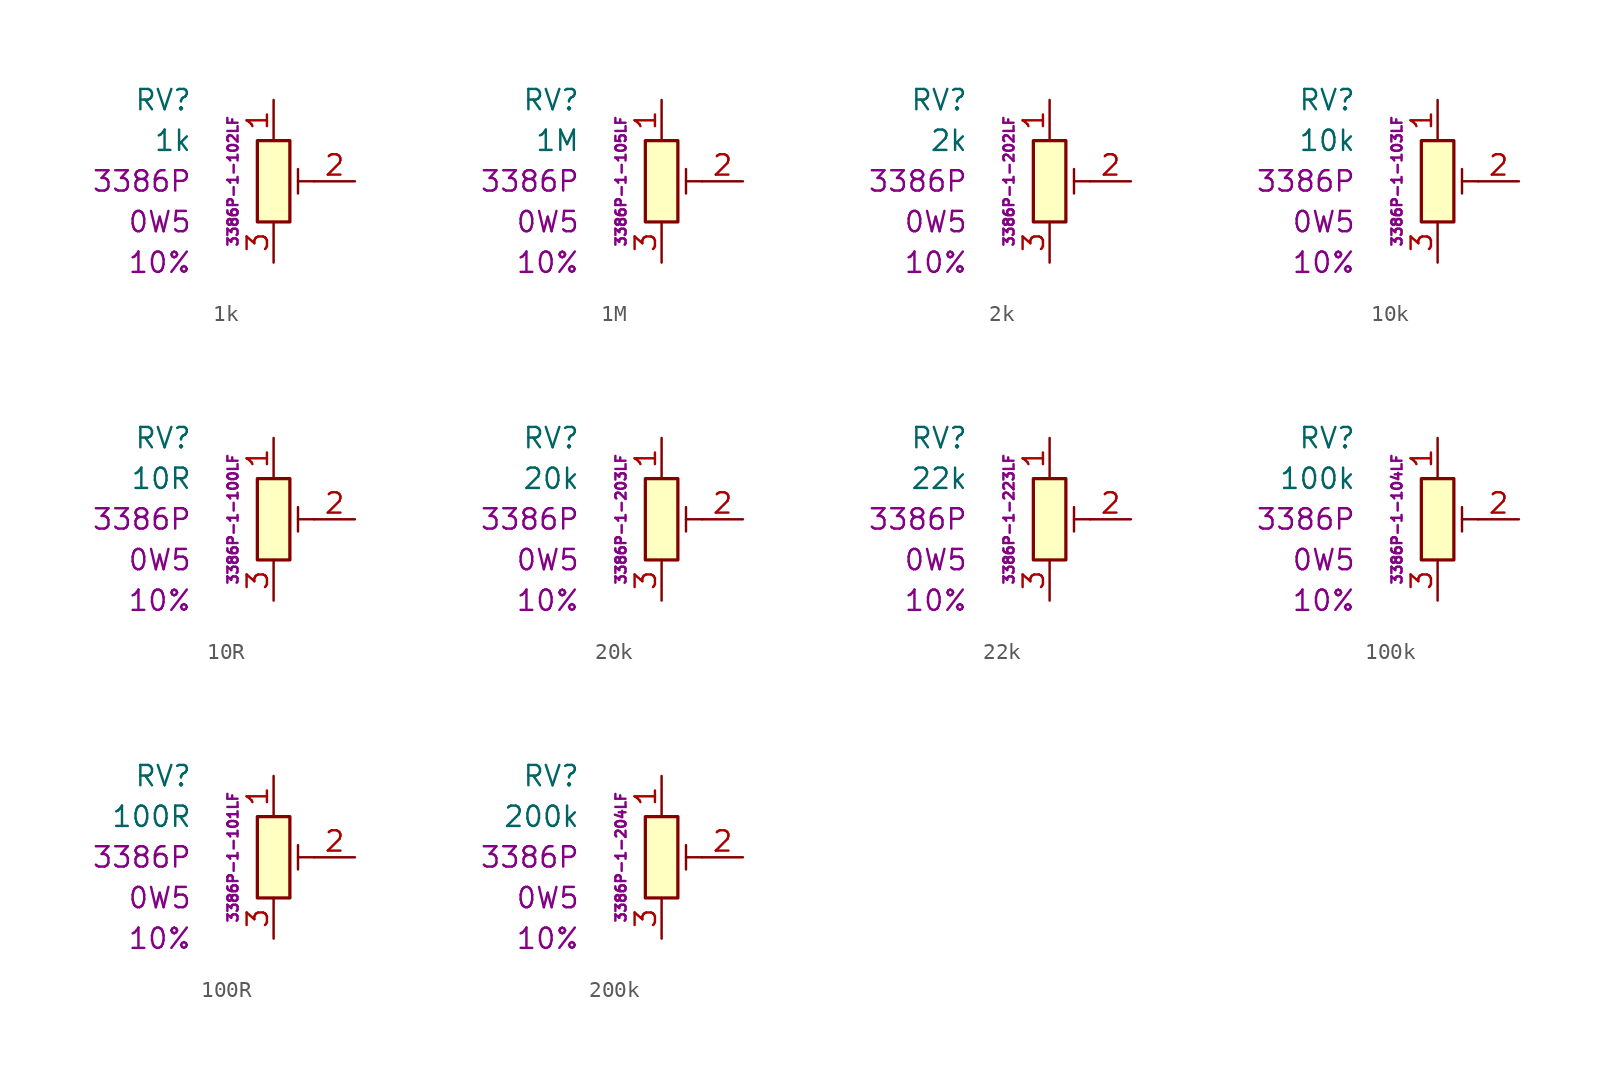
<source format=kicad_sym>
(kicad_symbol_lib
  (version 20201005)
  (generator kicad_symbol_editor)
  (symbol "1k"
    (pin_names
      (offset 1.016) hide)
    (property "Reference" "RV"
      (at -5.08 5.08 0)
      (effects (font (size 1.27 1.27)) (justify right)))
    (property "Value" "1k"
      (at -5.08 2.54 0)
      (effects (font (size 1.27 1.27)) (justify right)))
    (property "Package" "3386P"
      (at -5.08 0 0)
      (effects (font (size 1.27 1.27)) (justify right)))
    (property "Power" "0W5"
      (at -5.08 -2.54 0)
      (effects (font (size 1.27 1.27)) (justify right)))
    (property "Tolerance" "10%"
      (at -5.08 -5.08 0)
      (effects (font (size 1.27 1.27)) (justify right)))
    (property "MPN" "3386P-1-102LF"
      (at -2.54 0 90)
      (effects (font (size 0.635 0.635))))
    (symbol "1k_0_1"
      (rectangle (start 1.016 2.54) (end -1.016 -2.54) (stroke (width 0.203)) (fill (type background)))
      (polyline (pts (xy 1.524 0.762) (xy 1.524 -0.762)) (stroke (width 0.152)) (fill (type none)))
      (polyline (pts (xy 2.54 0) (xy 1.524 0)) (stroke (width 0.152)) (fill (type none))))
    (symbol "1k_1_1"
      (pin passive line (at 0 5.08 270) (length 2.54) (name "1" (effects (font (size 1.27 1.27)))) (number "1" (effects (font (size 1.27 1.27)))))
      (pin passive line (at 5.08 0 180) (length 2.54) (name "2" (effects (font (size 1.27 1.27)))) (number "2" (effects (font (size 1.27 1.27)))))
      (pin passive line (at 0 -5.08 90) (length 2.54) (name "3" (effects (font (size 1.27 1.27)))) (number "3" (effects (font (size 1.27 1.27)))))))
  (symbol "1M"
    (pin_names
      (offset 1.016) hide)
    (property "Reference" "RV"
      (at -5.08 5.08 0)
      (effects (font (size 1.27 1.27)) (justify right)))
    (property "Value" "1M"
      (at -5.08 2.54 0)
      (effects (font (size 1.27 1.27)) (justify right)))
    (property "Package" "3386P"
      (at -5.08 0 0)
      (effects (font (size 1.27 1.27)) (justify right)))
    (property "Power" "0W5"
      (at -5.08 -2.54 0)
      (effects (font (size 1.27 1.27)) (justify right)))
    (property "Tolerance" "10%"
      (at -5.08 -5.08 0)
      (effects (font (size 1.27 1.27)) (justify right)))
    (property "MPN" "3386P-1-105LF"
      (at -2.54 0 90)
      (effects (font (size 0.635 0.635))))
    (symbol "1M_0_1"
      (rectangle (start 1.016 2.54) (end -1.016 -2.54) (stroke (width 0.203)) (fill (type background)))
      (polyline (pts (xy 1.524 0.762) (xy 1.524 -0.762)) (stroke (width 0.152)) (fill (type none)))
      (polyline (pts (xy 2.54 0) (xy 1.524 0)) (stroke (width 0.152)) (fill (type none))))
    (symbol "1M_1_1"
      (pin passive line (at 0 5.08 270) (length 2.54) (name "1" (effects (font (size 1.27 1.27)))) (number "1" (effects (font (size 1.27 1.27)))))
      (pin passive line (at 5.08 0 180) (length 2.54) (name "2" (effects (font (size 1.27 1.27)))) (number "2" (effects (font (size 1.27 1.27)))))
      (pin passive line (at 0 -5.08 90) (length 2.54) (name "3" (effects (font (size 1.27 1.27)))) (number "3" (effects (font (size 1.27 1.27)))))))
  (symbol "2k"
    (pin_names
      (offset 1.016) hide)
    (property "Reference" "RV"
      (at -5.08 5.08 0)
      (effects (font (size 1.27 1.27)) (justify right)))
    (property "Value" "2k"
      (at -5.08 2.54 0)
      (effects (font (size 1.27 1.27)) (justify right)))
    (property "Package" "3386P"
      (at -5.08 0 0)
      (effects (font (size 1.27 1.27)) (justify right)))
    (property "Power" "0W5"
      (at -5.08 -2.54 0)
      (effects (font (size 1.27 1.27)) (justify right)))
    (property "Tolerance" "10%"
      (at -5.08 -5.08 0)
      (effects (font (size 1.27 1.27)) (justify right)))
    (property "MPN" "3386P-1-202LF"
      (at -2.54 0 90)
      (effects (font (size 0.635 0.635))))
    (symbol "2k_0_1"
      (rectangle (start 1.016 2.54) (end -1.016 -2.54) (stroke (width 0.203)) (fill (type background)))
      (polyline (pts (xy 1.524 0.762) (xy 1.524 -0.762)) (stroke (width 0.152)) (fill (type none)))
      (polyline (pts (xy 2.54 0) (xy 1.524 0)) (stroke (width 0.152)) (fill (type none))))
    (symbol "2k_1_1"
      (pin passive line (at 0 5.08 270) (length 2.54) (name "1" (effects (font (size 1.27 1.27)))) (number "1" (effects (font (size 1.27 1.27)))))
      (pin passive line (at 5.08 0 180) (length 2.54) (name "2" (effects (font (size 1.27 1.27)))) (number "2" (effects (font (size 1.27 1.27)))))
      (pin passive line (at 0 -5.08 90) (length 2.54) (name "3" (effects (font (size 1.27 1.27)))) (number "3" (effects (font (size 1.27 1.27)))))))
  (symbol "10k"
    (pin_names
      (offset 1.016) hide)
    (property "Reference" "RV"
      (at -5.08 5.08 0)
      (effects (font (size 1.27 1.27)) (justify right)))
    (property "Value" "10k"
      (at -5.08 2.54 0)
      (effects (font (size 1.27 1.27)) (justify right)))
    (property "Package" "3386P"
      (at -5.08 0 0)
      (effects (font (size 1.27 1.27)) (justify right)))
    (property "Power" "0W5"
      (at -5.08 -2.54 0)
      (effects (font (size 1.27 1.27)) (justify right)))
    (property "Tolerance" "10%"
      (at -5.08 -5.08 0)
      (effects (font (size 1.27 1.27)) (justify right)))
    (property "MPN" "3386P-1-103LF"
      (at -2.54 0 90)
      (effects (font (size 0.635 0.635))))
    (symbol "10k_0_1"
      (rectangle (start 1.016 2.54) (end -1.016 -2.54) (stroke (width 0.203)) (fill (type background)))
      (polyline (pts (xy 1.524 0.762) (xy 1.524 -0.762)) (stroke (width 0.152)) (fill (type none)))
      (polyline (pts (xy 2.54 0) (xy 1.524 0)) (stroke (width 0.152)) (fill (type none))))
    (symbol "10k_1_1"
      (pin passive line (at 0 5.08 270) (length 2.54) (name "1" (effects (font (size 1.27 1.27)))) (number "1" (effects (font (size 1.27 1.27)))))
      (pin passive line (at 5.08 0 180) (length 2.54) (name "2" (effects (font (size 1.27 1.27)))) (number "2" (effects (font (size 1.27 1.27)))))
      (pin passive line (at 0 -5.08 90) (length 2.54) (name "3" (effects (font (size 1.27 1.27)))) (number "3" (effects (font (size 1.27 1.27)))))))
  (symbol "10R"
    (pin_names
      (offset 1.016) hide)
    (property "Reference" "RV"
      (at -5.08 5.08 0)
      (effects (font (size 1.27 1.27)) (justify right)))
    (property "Value" "10R"
      (at -5.08 2.54 0)
      (effects (font (size 1.27 1.27)) (justify right)))
    (property "Package" "3386P"
      (at -5.08 0 0)
      (effects (font (size 1.27 1.27)) (justify right)))
    (property "Power" "0W5"
      (at -5.08 -2.54 0)
      (effects (font (size 1.27 1.27)) (justify right)))
    (property "Tolerance" "10%"
      (at -5.08 -5.08 0)
      (effects (font (size 1.27 1.27)) (justify right)))
    (property "MPN" "3386P-1-100LF"
      (at -2.54 0 90)
      (effects (font (size 0.635 0.635))))
    (symbol "10R_0_1"
      (rectangle (start 1.016 2.54) (end -1.016 -2.54) (stroke (width 0.203)) (fill (type background)))
      (polyline (pts (xy 1.524 0.762) (xy 1.524 -0.762)) (stroke (width 0.152)) (fill (type none)))
      (polyline (pts (xy 2.54 0) (xy 1.524 0)) (stroke (width 0.152)) (fill (type none))))
    (symbol "10R_1_1"
      (pin passive line (at 0 5.08 270) (length 2.54) (name "1" (effects (font (size 1.27 1.27)))) (number "1" (effects (font (size 1.27 1.27)))))
      (pin passive line (at 5.08 0 180) (length 2.54) (name "2" (effects (font (size 1.27 1.27)))) (number "2" (effects (font (size 1.27 1.27)))))
      (pin passive line (at 0 -5.08 90) (length 2.54) (name "3" (effects (font (size 1.27 1.27)))) (number "3" (effects (font (size 1.27 1.27)))))))
  (symbol "20k"
    (pin_names
      (offset 1.016) hide)
    (property "Reference" "RV"
      (at -5.08 5.08 0)
      (effects (font (size 1.27 1.27)) (justify right)))
    (property "Value" "20k"
      (at -5.08 2.54 0)
      (effects (font (size 1.27 1.27)) (justify right)))
    (property "Package" "3386P"
      (at -5.08 0 0)
      (effects (font (size 1.27 1.27)) (justify right)))
    (property "Power" "0W5"
      (at -5.08 -2.54 0)
      (effects (font (size 1.27 1.27)) (justify right)))
    (property "Tolerance" "10%"
      (at -5.08 -5.08 0)
      (effects (font (size 1.27 1.27)) (justify right)))
    (property "MPN" "3386P-1-203LF"
      (at -2.54 0 90)
      (effects (font (size 0.635 0.635))))
    (symbol "20k_0_1"
      (rectangle (start 1.016 2.54) (end -1.016 -2.54) (stroke (width 0.203)) (fill (type background)))
      (polyline (pts (xy 1.524 0.762) (xy 1.524 -0.762)) (stroke (width 0.152)) (fill (type none)))
      (polyline (pts (xy 2.54 0) (xy 1.524 0)) (stroke (width 0.152)) (fill (type none))))
    (symbol "20k_1_1"
      (pin passive line (at 0 5.08 270) (length 2.54) (name "1" (effects (font (size 1.27 1.27)))) (number "1" (effects (font (size 1.27 1.27)))))
      (pin passive line (at 5.08 0 180) (length 2.54) (name "2" (effects (font (size 1.27 1.27)))) (number "2" (effects (font (size 1.27 1.27)))))
      (pin passive line (at 0 -5.08 90) (length 2.54) (name "3" (effects (font (size 1.27 1.27)))) (number "3" (effects (font (size 1.27 1.27)))))))
  (symbol "22k"
    (pin_names
      (offset 1.016) hide)
    (property "Reference" "RV"
      (at -5.08 5.08 0)
      (effects (font (size 1.27 1.27)) (justify right)))
    (property "Value" "22k"
      (at -5.08 2.54 0)
      (effects (font (size 1.27 1.27)) (justify right)))
    (property "Package" "3386P"
      (at -5.08 0 0)
      (effects (font (size 1.27 1.27)) (justify right)))
    (property "Power" "0W5"
      (at -5.08 -2.54 0)
      (effects (font (size 1.27 1.27)) (justify right)))
    (property "Tolerance" "10%"
      (at -5.08 -5.08 0)
      (effects (font (size 1.27 1.27)) (justify right)))
    (property "MPN" "3386P-1-223LF"
      (at -2.54 0 90)
      (effects (font (size 0.635 0.635))))
    (symbol "22k_0_1"
      (rectangle (start 1.016 2.54) (end -1.016 -2.54) (stroke (width 0.203)) (fill (type background)))
      (polyline (pts (xy 1.524 0.762) (xy 1.524 -0.762)) (stroke (width 0.152)) (fill (type none)))
      (polyline (pts (xy 2.54 0) (xy 1.524 0)) (stroke (width 0.152)) (fill (type none))))
    (symbol "22k_1_1"
      (pin passive line (at 0 5.08 270) (length 2.54) (name "1" (effects (font (size 1.27 1.27)))) (number "1" (effects (font (size 1.27 1.27)))))
      (pin passive line (at 5.08 0 180) (length 2.54) (name "2" (effects (font (size 1.27 1.27)))) (number "2" (effects (font (size 1.27 1.27)))))
      (pin passive line (at 0 -5.08 90) (length 2.54) (name "3" (effects (font (size 1.27 1.27)))) (number "3" (effects (font (size 1.27 1.27)))))))
  (symbol "100k"
    (pin_names
      (offset 1.016) hide)
    (property "Reference" "RV"
      (at -5.08 5.08 0)
      (effects (font (size 1.27 1.27)) (justify right)))
    (property "Value" "100k"
      (at -5.08 2.54 0)
      (effects (font (size 1.27 1.27)) (justify right)))
    (property "Package" "3386P"
      (at -5.08 0 0)
      (effects (font (size 1.27 1.27)) (justify right)))
    (property "Power" "0W5"
      (at -5.08 -2.54 0)
      (effects (font (size 1.27 1.27)) (justify right)))
    (property "Tolerance" "10%"
      (at -5.08 -5.08 0)
      (effects (font (size 1.27 1.27)) (justify right)))
    (property "MPN" "3386P-1-104LF"
      (at -2.54 0 90)
      (effects (font (size 0.635 0.635))))
    (symbol "100k_0_1"
      (rectangle (start 1.016 2.54) (end -1.016 -2.54) (stroke (width 0.203)) (fill (type background)))
      (polyline (pts (xy 1.524 0.762) (xy 1.524 -0.762)) (stroke (width 0.152)) (fill (type none)))
      (polyline (pts (xy 2.54 0) (xy 1.524 0)) (stroke (width 0.152)) (fill (type none))))
    (symbol "100k_1_1"
      (pin passive line (at 0 5.08 270) (length 2.54) (name "1" (effects (font (size 1.27 1.27)))) (number "1" (effects (font (size 1.27 1.27)))))
      (pin passive line (at 5.08 0 180) (length 2.54) (name "2" (effects (font (size 1.27 1.27)))) (number "2" (effects (font (size 1.27 1.27)))))
      (pin passive line (at 0 -5.08 90) (length 2.54) (name "3" (effects (font (size 1.27 1.27)))) (number "3" (effects (font (size 1.27 1.27)))))))
  (symbol "100R"
    (pin_names
      (offset 1.016) hide)
    (property "Reference" "RV"
      (at -5.08 5.08 0)
      (effects (font (size 1.27 1.27)) (justify right)))
    (property "Value" "100R"
      (at -5.08 2.54 0)
      (effects (font (size 1.27 1.27)) (justify right)))
    (property "Package" "3386P"
      (at -5.08 0 0)
      (effects (font (size 1.27 1.27)) (justify right)))
    (property "Power" "0W5"
      (at -5.08 -2.54 0)
      (effects (font (size 1.27 1.27)) (justify right)))
    (property "Tolerance" "10%"
      (at -5.08 -5.08 0)
      (effects (font (size 1.27 1.27)) (justify right)))
    (property "MPN" "3386P-1-101LF"
      (at -2.54 0 90)
      (effects (font (size 0.635 0.635))))
    (symbol "100R_0_1"
      (rectangle (start 1.016 2.54) (end -1.016 -2.54) (stroke (width 0.203)) (fill (type background)))
      (polyline (pts (xy 1.524 0.762) (xy 1.524 -0.762)) (stroke (width 0.152)) (fill (type none)))
      (polyline (pts (xy 2.54 0) (xy 1.524 0)) (stroke (width 0.152)) (fill (type none))))
    (symbol "100R_1_1"
      (pin passive line (at 0 5.08 270) (length 2.54) (name "1" (effects (font (size 1.27 1.27)))) (number "1" (effects (font (size 1.27 1.27)))))
      (pin passive line (at 5.08 0 180) (length 2.54) (name "2" (effects (font (size 1.27 1.27)))) (number "2" (effects (font (size 1.27 1.27)))))
      (pin passive line (at 0 -5.08 90) (length 2.54) (name "3" (effects (font (size 1.27 1.27)))) (number "3" (effects (font (size 1.27 1.27)))))))
  (symbol "200k"
    (pin_names
      (offset 1.016) hide)
    (property "Reference" "RV"
      (at -5.08 5.08 0)
      (effects (font (size 1.27 1.27)) (justify right)))
    (property "Value" "200k"
      (at -5.08 2.54 0)
      (effects (font (size 1.27 1.27)) (justify right)))
    (property "Package" "3386P"
      (at -5.08 0 0)
      (effects (font (size 1.27 1.27)) (justify right)))
    (property "Power" "0W5"
      (at -5.08 -2.54 0)
      (effects (font (size 1.27 1.27)) (justify right)))
    (property "Tolerance" "10%"
      (at -5.08 -5.08 0)
      (effects (font (size 1.27 1.27)) (justify right)))
    (property "MPN" "3386P-1-204LF"
      (at -2.54 0 90)
      (effects (font (size 0.635 0.635))))
    (symbol "200k_0_1"
      (rectangle (start 1.016 2.54) (end -1.016 -2.54) (stroke (width 0.203)) (fill (type background)))
      (polyline (pts (xy 1.524 0.762) (xy 1.524 -0.762)) (stroke (width 0.152)) (fill (type none)))
      (polyline (pts (xy 2.54 0) (xy 1.524 0)) (stroke (width 0.152)) (fill (type none))))
    (symbol "200k_1_1"
      (pin passive line (at 0 5.08 270) (length 2.54) (name "1" (effects (font (size 1.27 1.27)))) (number "1" (effects (font (size 1.27 1.27)))))
      (pin passive line (at 5.08 0 180) (length 2.54) (name "2" (effects (font (size 1.27 1.27)))) (number "2" (effects (font (size 1.27 1.27)))))
      (pin passive line (at 0 -5.08 90) (length 2.54) (name "3" (effects (font (size 1.27 1.27)))) (number "3" (effects (font (size 1.27 1.27))))))))
</source>
